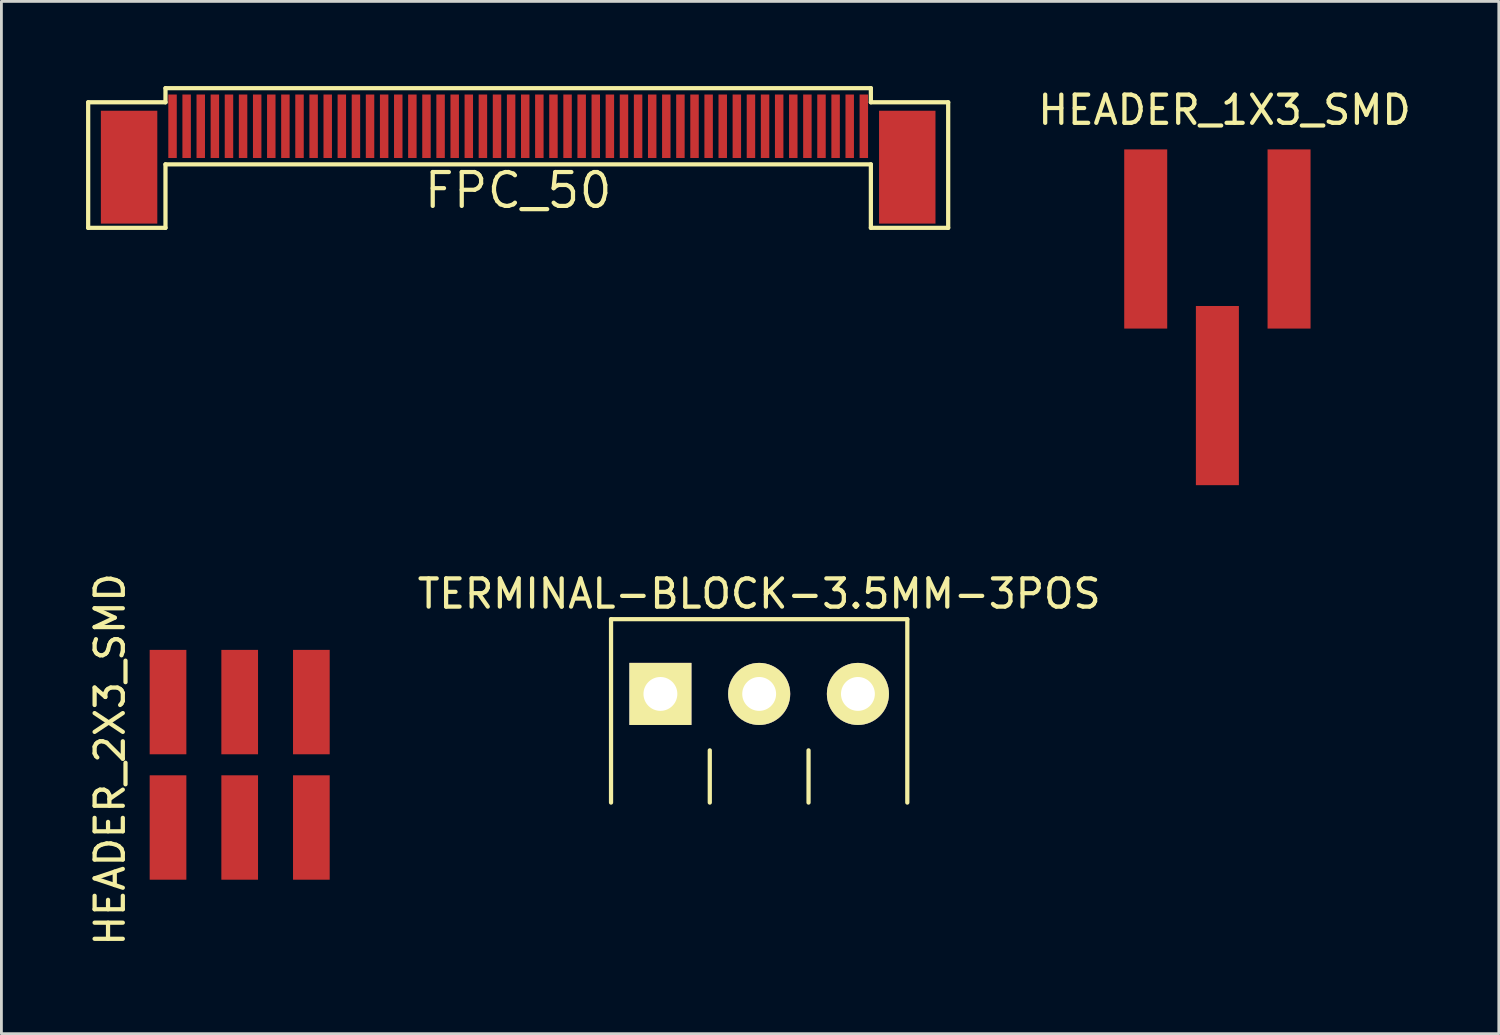
<source format=kicad_pcb>
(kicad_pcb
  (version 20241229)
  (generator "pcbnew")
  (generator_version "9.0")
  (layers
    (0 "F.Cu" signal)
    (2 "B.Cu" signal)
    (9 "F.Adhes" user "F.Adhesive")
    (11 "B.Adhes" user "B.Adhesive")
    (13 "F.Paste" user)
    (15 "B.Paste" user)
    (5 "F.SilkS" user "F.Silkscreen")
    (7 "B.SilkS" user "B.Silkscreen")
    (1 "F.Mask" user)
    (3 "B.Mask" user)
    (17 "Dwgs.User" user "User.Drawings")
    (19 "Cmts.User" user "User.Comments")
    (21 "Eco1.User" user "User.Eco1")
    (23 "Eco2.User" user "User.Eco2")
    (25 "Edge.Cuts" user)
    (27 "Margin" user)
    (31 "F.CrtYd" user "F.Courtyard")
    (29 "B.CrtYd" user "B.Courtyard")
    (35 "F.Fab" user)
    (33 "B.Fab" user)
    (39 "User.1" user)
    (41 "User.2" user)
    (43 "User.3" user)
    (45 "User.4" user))
  (footprint "HEADER_1X3_SMD"
    (layer "F.Cu")
    (at 37.556 5.42)
    (property "Reference" "HEADER_1X3_SMD" (at 2.794 -4.572 0) (layer "F.SilkS") (effects (font (size 1 1) (thickness 0.15))))
    (attr through_hole)
    (pad "1" smd rect (at 0 0) (size 1.524 6.35) (layers "F.Cu" "F.Mask" "F.Paste"))
    (pad "2" smd rect (at 2.54 5.55) (size 1.524 6.35) (layers "F.Cu" "F.Mask" "F.Paste"))
    (pad "3" smd rect (at 5.08 0) (size 1.524 6.35) (layers "F.Cu" "F.Mask" "F.Paste")))
  (footprint "HEADER_2X3_SMD"
    (layer "F.Cu")
    (at 5.42 24.043)
    (property "Reference" "HEADER_2X3_SMD" (at -4.572 -0.178 90) (layer "F.SilkS") (effects (font (size 1 1) (thickness 0.15))))
    (attr through_hole)
    (pad "1" smd rect (at -2.515 2.235) (size 1.3 3.7) (layers "F.Cu" "F.Mask" "F.Paste"))
    (pad "2" smd rect (at -2.515 -2.21) (size 1.3 3.7) (layers "F.Cu" "F.Mask" "F.Paste"))
    (pad "3" smd rect (at 0.025 2.235) (size 1.3 3.7) (layers "F.Cu" "F.Mask" "F.Paste"))
    (pad "4" smd rect (at 0.025 -2.21) (size 1.3 3.7) (layers "F.Cu" "F.Mask" "F.Paste"))
    (pad "5" smd rect (at 2.565 2.235) (size 1.3 3.7) (layers "F.Cu" "F.Mask" "F.Paste"))
    (pad "6" smd rect (at 2.565 -2.21) (size 1.3 3.7) (layers "F.Cu" "F.Mask" "F.Paste")))
  (footprint "TERMINAL-BLOCK-3.5MM-3POS"
    (layer "F.Cu")
    (at 23.856 21.544)
    (property "Reference" "TERMINAL-BLOCK-3.5MM-3POS" (at 0 -3.55 0) (layer "F.SilkS") (effects (font (size 1 1) (thickness 0.15))))
    (attr through_hole)
    (fp_line (start -5.25 -2.65) (end -5.25 3.85) (stroke (width 0.15) (type solid)) (layer "F.SilkS"))
    (fp_line (start -1.75 3.85) (end -1.75 2) (stroke (width 0.15) (type solid)) (layer "F.SilkS"))
    (fp_line (start 1.75 3.85) (end 1.75 2) (stroke (width 0.15) (type solid)) (layer "F.SilkS"))
    (fp_line (start 5.25 -2.65) (end -5.25 -2.65) (stroke (width 0.15) (type solid)) (layer "F.SilkS"))
    (fp_line (start 5.25 -2.65) (end 5.25 3.85) (stroke (width 0.15) (type solid)) (layer "F.SilkS"))
    (pad "1" thru_hole rect (at -3.5 0) (size 2.2 2.2) (drill 1.2) (layers "*.Cu" "*.Mask" "F.SilkS"))
    (pad "2" thru_hole circle (at 0 0) (size 2.2 2.2) (drill 1.2) (layers "*.Cu" "*.Mask" "F.SilkS"))
    (pad "3" thru_hole circle (at 3.5 0) (size 2.2 2.2) (drill 1.2) (layers "*.Cu" "*.Mask" "F.SilkS")))
  (footprint "FPC_50"
    (layer "F.Cu")
    (at 15.315 1.425)
    (property "Reference" "FPC_50" (at 0 2.275 0) (layer "F.SilkS") (effects (font (size 1.2 1.2) (thickness 0.15))))
    (attr through_hole)
    (fp_line (start -15.24 -0.85) (end -12.5 -0.85) (stroke (width 0.15) (type solid)) (layer "F.SilkS"))
    (fp_line (start -15.24 3.6) (end -15.24 -0.85) (stroke (width 0.15) (type solid)) (layer "F.SilkS"))
    (fp_line (start -12.5 -1.35) (end 12.5 -1.35) (stroke (width 0.15) (type solid)) (layer "F.SilkS"))
    (fp_line (start -12.5 -0.85) (end -12.5 -1.35) (stroke (width 0.15) (type solid)) (layer "F.SilkS"))
    (fp_line (start -12.5 1.35) (end -12.5 3.6) (stroke (width 0.15) (type solid)) (layer "F.SilkS"))
    (fp_line (start -12.5 1.35) (end 12.5 1.35) (stroke (width 0.15) (type solid)) (layer "F.SilkS"))
    (fp_line (start -12.5 3.6) (end -15.24 3.6) (stroke (width 0.15) (type solid)) (layer "F.SilkS"))
    (fp_line (start 12.5 -0.85) (end 12.5 -1.35) (stroke (width 0.15) (type solid)) (layer "F.SilkS"))
    (fp_line (start 12.5 1.35) (end 12.5 3.6) (stroke (width 0.15) (type solid)) (layer "F.SilkS"))
    (fp_line (start 12.5 3.6) (end 15.24 3.6) (stroke (width 0.15) (type solid)) (layer "F.SilkS"))
    (fp_line (start 15.24 -0.85) (end 12.5 -0.85) (stroke (width 0.15) (type solid)) (layer "F.SilkS"))
    (fp_line (start 15.24 3.6) (end 15.24 -0.85) (stroke (width 0.15) (type solid)) (layer "F.SilkS"))
    (pad "0" smd rect (at -13.79 1.45) (size 2 4) (layers "F.Cu" "F.Mask" "F.Paste"))
    (pad "0" smd rect (at 13.79 1.45) (size 2 4) (layers "F.Cu" "F.Mask" "F.Paste"))
    (pad "1" smd rect (at 12.25 0) (size 0.3 2.25) (layers "F.Cu" "F.Mask" "F.Paste"))
    (pad "2" smd rect (at 11.75 0) (size 0.3 2.25) (layers "F.Cu" "F.Mask" "F.Paste"))
    (pad "3" smd rect (at 11.25 0) (size 0.3 2.25) (layers "F.Cu" "F.Mask" "F.Paste"))
    (pad "4" smd rect (at 10.75 0) (size 0.3 2.25) (layers "F.Cu" "F.Mask" "F.Paste"))
    (pad "5" smd rect (at 10.25 0) (size 0.3 2.25) (layers "F.Cu" "F.Mask" "F.Paste"))
    (pad "6" smd rect (at 9.75 0) (size 0.3 2.25) (layers "F.Cu" "F.Mask" "F.Paste"))
    (pad "7" smd rect (at 9.25 0) (size 0.3 2.25) (layers "F.Cu" "F.Mask" "F.Paste"))
    (pad "8" smd rect (at 8.75 0) (size 0.3 2.25) (layers "F.Cu" "F.Mask" "F.Paste"))
    (pad "9" smd rect (at 8.25 0) (size 0.3 2.25) (layers "F.Cu" "F.Mask" "F.Paste"))
    (pad "10" smd rect (at 7.75 0) (size 0.3 2.25) (layers "F.Cu" "F.Mask" "F.Paste"))
    (pad "11" smd rect (at 7.25 0) (size 0.3 2.25) (layers "F.Cu" "F.Mask" "F.Paste"))
    (pad "12" smd rect (at 6.75 0) (size 0.3 2.25) (layers "F.Cu" "F.Mask" "F.Paste"))
    (pad "13" smd rect (at 6.25 0) (size 0.3 2.25) (layers "F.Cu" "F.Mask" "F.Paste"))
    (pad "14" smd rect (at 5.75 0) (size 0.3 2.25) (layers "F.Cu" "F.Mask" "F.Paste"))
    (pad "15" smd rect (at 5.25 0) (size 0.3 2.25) (layers "F.Cu" "F.Mask" "F.Paste"))
    (pad "16" smd rect (at 4.75 0) (size 0.3 2.25) (layers "F.Cu" "F.Mask" "F.Paste"))
    (pad "17" smd rect (at 4.25 0) (size 0.3 2.25) (layers "F.Cu" "F.Mask" "F.Paste"))
    (pad "18" smd rect (at 3.75 0) (size 0.3 2.25) (layers "F.Cu" "F.Mask" "F.Paste"))
    (pad "19" smd rect (at 3.25 0) (size 0.3 2.25) (layers "F.Cu" "F.Mask" "F.Paste"))
    (pad "20" smd rect (at 2.75 0) (size 0.3 2.25) (layers "F.Cu" "F.Mask" "F.Paste"))
    (pad "21" smd rect (at 2.25 0) (size 0.3 2.25) (layers "F.Cu" "F.Mask" "F.Paste"))
    (pad "22" smd rect (at 1.75 0) (size 0.3 2.25) (layers "F.Cu" "F.Mask" "F.Paste"))
    (pad "23" smd rect (at 1.25 0) (size 0.3 2.25) (layers "F.Cu" "F.Mask" "F.Paste"))
    (pad "24" smd rect (at 0.75 0) (size 0.3 2.25) (layers "F.Cu" "F.Mask" "F.Paste"))
    (pad "25" smd rect (at 0.25 0) (size 0.3 2.25) (layers "F.Cu" "F.Mask" "F.Paste"))
    (pad "26" smd rect (at -0.25 0) (size 0.3 2.25) (layers "F.Cu" "F.Mask" "F.Paste"))
    (pad "27" smd rect (at -0.75 0) (size 0.3 2.25) (layers "F.Cu" "F.Mask" "F.Paste"))
    (pad "28" smd rect (at -1.25 0) (size 0.3 2.25) (layers "F.Cu" "F.Mask" "F.Paste"))
    (pad "29" smd rect (at -1.75 0) (size 0.3 2.25) (layers "F.Cu" "F.Mask" "F.Paste"))
    (pad "30" smd rect (at -2.25 0) (size 0.3 2.25) (layers "F.Cu" "F.Mask" "F.Paste"))
    (pad "31" smd rect (at -2.75 0) (size 0.3 2.25) (layers "F.Cu" "F.Mask" "F.Paste"))
    (pad "32" smd rect (at -3.25 0) (size 0.3 2.25) (layers "F.Cu" "F.Mask" "F.Paste"))
    (pad "33" smd rect (at -3.75 0) (size 0.3 2.25) (layers "F.Cu" "F.Mask" "F.Paste"))
    (pad "34" smd rect (at -4.25 0) (size 0.3 2.25) (layers "F.Cu" "F.Mask" "F.Paste"))
    (pad "35" smd rect (at -4.75 0) (size 0.3 2.25) (layers "F.Cu" "F.Mask" "F.Paste"))
    (pad "36" smd rect (at -5.25 0) (size 0.3 2.25) (layers "F.Cu" "F.Mask" "F.Paste"))
    (pad "37" smd rect (at -5.75 0) (size 0.3 2.25) (layers "F.Cu" "F.Mask" "F.Paste"))
    (pad "38" smd rect (at -6.25 0) (size 0.3 2.25) (layers "F.Cu" "F.Mask" "F.Paste"))
    (pad "39" smd rect (at -6.75 0) (size 0.3 2.25) (layers "F.Cu" "F.Mask" "F.Paste"))
    (pad "40" smd rect (at -7.25 0) (size 0.3 2.25) (layers "F.Cu" "F.Mask" "F.Paste"))
    (pad "41" smd rect (at -7.75 0) (size 0.3 2.25) (layers "F.Cu" "F.Mask" "F.Paste"))
    (pad "42" smd rect (at -8.25 0) (size 0.3 2.25) (layers "F.Cu" "F.Mask" "F.Paste"))
    (pad "43" smd rect (at -8.75 0) (size 0.3 2.25) (layers "F.Cu" "F.Mask" "F.Paste"))
    (pad "44" smd rect (at -9.25 0) (size 0.3 2.25) (layers "F.Cu" "F.Mask" "F.Paste"))
    (pad "45" smd rect (at -9.75 0) (size 0.3 2.25) (layers "F.Cu" "F.Mask" "F.Paste"))
    (pad "46" smd rect (at -10.25 0) (size 0.3 2.25) (layers "F.Cu" "F.Mask" "F.Paste"))
    (pad "47" smd rect (at -10.75 0) (size 0.3 2.25) (layers "F.Cu" "F.Mask" "F.Paste"))
    (pad "48" smd rect (at -11.25 0) (size 0.3 2.25) (layers "F.Cu" "F.Mask" "F.Paste"))
    (pad "49" smd rect (at -11.75 0) (size 0.3 2.25) (layers "F.Cu" "F.Mask" "F.Paste"))
    (pad "50" smd rect (at -12.25 0) (size 0.3 2.25) (layers "F.Cu" "F.Mask" "F.Paste")))
  (gr_rect
    (start -3 -3)
    (end 50.07 33.586)
    (stroke (width 0.1) (type default))
    (fill no)
    (layer "Edge.Cuts")))
</source>
